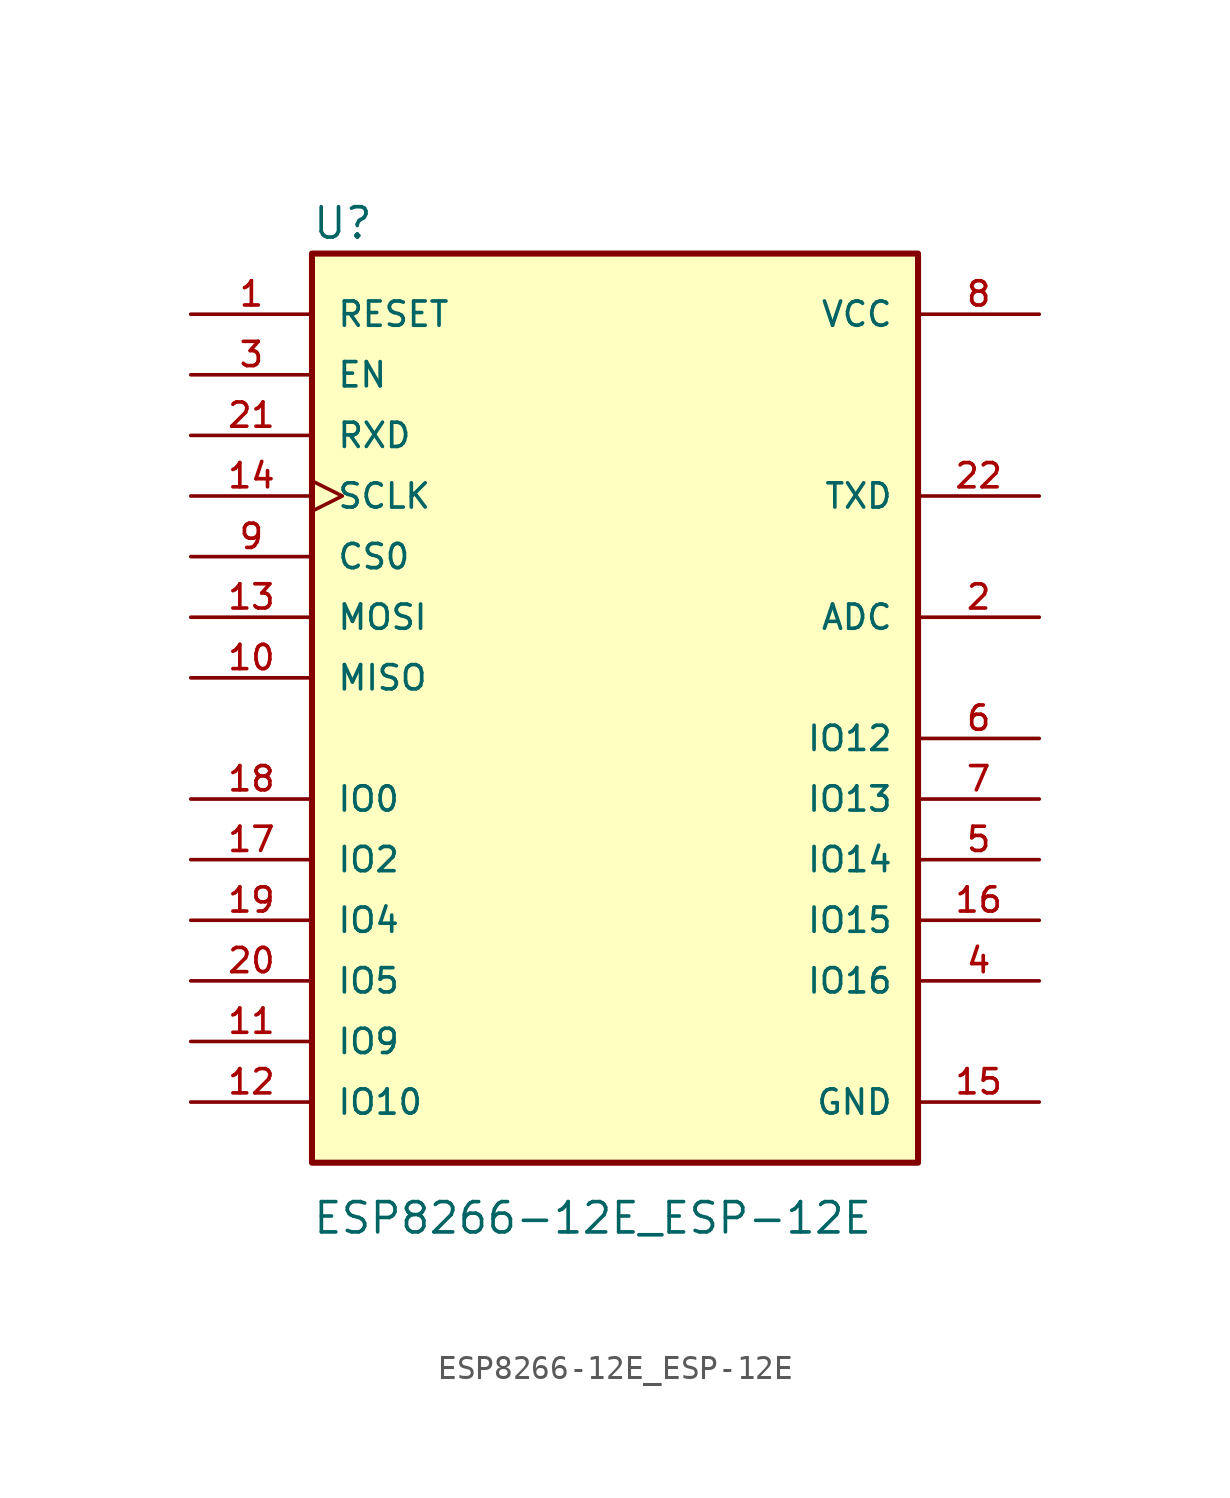
<source format=kicad_sym>
(kicad_symbol_lib
  (version 20211014)
  (generator kicad_symbol_editor)
  (symbol "ESP8266-12E_ESP-12E"
    (pin_names
      (offset 1.016))
    (property "Reference" "U"
      (at -12.716 18.311 0)
      (effects (font (size 1.27 1.27)) (justify bottom left)))
    (property "Value" "ESP8266-12E_ESP-12E"
      (at -12.708 -23.384 0)
      (effects (font (size 1.27 1.27)) (justify bottom left)))
    (symbol "ESP8266-12E_ESP-12E_0_0"
      (rectangle (start -12.7 -20.32) (end 12.7 17.78) (stroke (width 0.254)) (fill (type background)))
      (pin input line (at -17.78 15.24 0) (length 5.08) (name "RESET" (effects (font (size 1.016 1.016)))) (number "1" (effects (font (size 1.016 1.016)))))
      (pin passive line (at 17.78 2.54 180.0) (length 5.08) (name "ADC" (effects (font (size 1.016 1.016)))) (number "2" (effects (font (size 1.016 1.016)))))
      (pin bidirectional line (at 17.78 -12.7 180.0) (length 5.08) (name "IO16" (effects (font (size 1.016 1.016)))) (number "4" (effects (font (size 1.016 1.016)))))
      (pin bidirectional line (at 17.78 -7.62 180.0) (length 5.08) (name "IO14" (effects (font (size 1.016 1.016)))) (number "5" (effects (font (size 1.016 1.016)))))
      (pin bidirectional line (at 17.78 -2.54 180.0) (length 5.08) (name "IO12" (effects (font (size 1.016 1.016)))) (number "6" (effects (font (size 1.016 1.016)))))
      (pin bidirectional line (at 17.78 -5.08 180.0) (length 5.08) (name "IO13" (effects (font (size 1.016 1.016)))) (number "7" (effects (font (size 1.016 1.016)))))
      (pin power_in line (at 17.78 15.24 180.0) (length 5.08) (name "VCC" (effects (font (size 1.016 1.016)))) (number "8" (effects (font (size 1.016 1.016)))))
      (pin power_in line (at 17.78 -17.78 180.0) (length 5.08) (name "GND" (effects (font (size 1.016 1.016)))) (number "15" (effects (font (size 1.016 1.016)))))
      (pin bidirectional line (at 17.78 -10.16 180.0) (length 5.08) (name "IO15" (effects (font (size 1.016 1.016)))) (number "16" (effects (font (size 1.016 1.016)))))
      (pin bidirectional line (at -17.78 -7.62 0) (length 5.08) (name "IO2" (effects (font (size 1.016 1.016)))) (number "17" (effects (font (size 1.016 1.016)))))
      (pin bidirectional line (at -17.78 -5.08 0) (length 5.08) (name "IO0" (effects (font (size 1.016 1.016)))) (number "18" (effects (font (size 1.016 1.016)))))
      (pin bidirectional line (at -17.78 -12.7 0) (length 5.08) (name "IO5" (effects (font (size 1.016 1.016)))) (number "20" (effects (font (size 1.016 1.016)))))
      (pin bidirectional line (at -17.78 -10.16 0) (length 5.08) (name "IO4" (effects (font (size 1.016 1.016)))) (number "19" (effects (font (size 1.016 1.016)))))
      (pin input line (at -17.78 10.16 0) (length 5.08) (name "RXD" (effects (font (size 1.016 1.016)))) (number "21" (effects (font (size 1.016 1.016)))))
      (pin output line (at 17.78 7.62 180.0) (length 5.08) (name "TXD" (effects (font (size 1.016 1.016)))) (number "22" (effects (font (size 1.016 1.016)))))
      (pin bidirectional line (at -17.78 0.0 0) (length 5.08) (name "MISO" (effects (font (size 1.016 1.016)))) (number "10" (effects (font (size 1.016 1.016)))))
      (pin input line (at -17.78 12.7 0) (length 5.08) (name "EN" (effects (font (size 1.016 1.016)))) (number "3" (effects (font (size 1.016 1.016)))))
      (pin input line (at -17.78 5.08 0) (length 5.08) (name "CS0" (effects (font (size 1.016 1.016)))) (number "9" (effects (font (size 1.016 1.016)))))
      (pin bidirectional line (at -17.78 -15.24 0) (length 5.08) (name "IO9" (effects (font (size 1.016 1.016)))) (number "11" (effects (font (size 1.016 1.016)))))
      (pin bidirectional line (at -17.78 -17.78 0) (length 5.08) (name "IO10" (effects (font (size 1.016 1.016)))) (number "12" (effects (font (size 1.016 1.016)))))
      (pin bidirectional line (at -17.78 2.54 0) (length 5.08) (name "MOSI" (effects (font (size 1.016 1.016)))) (number "13" (effects (font (size 1.016 1.016)))))
      (pin input clock (at -17.78 7.62 0) (length 5.08) (name "SCLK" (effects (font (size 1.016 1.016)))) (number "14" (effects (font (size 1.016 1.016))))))))
</source>
